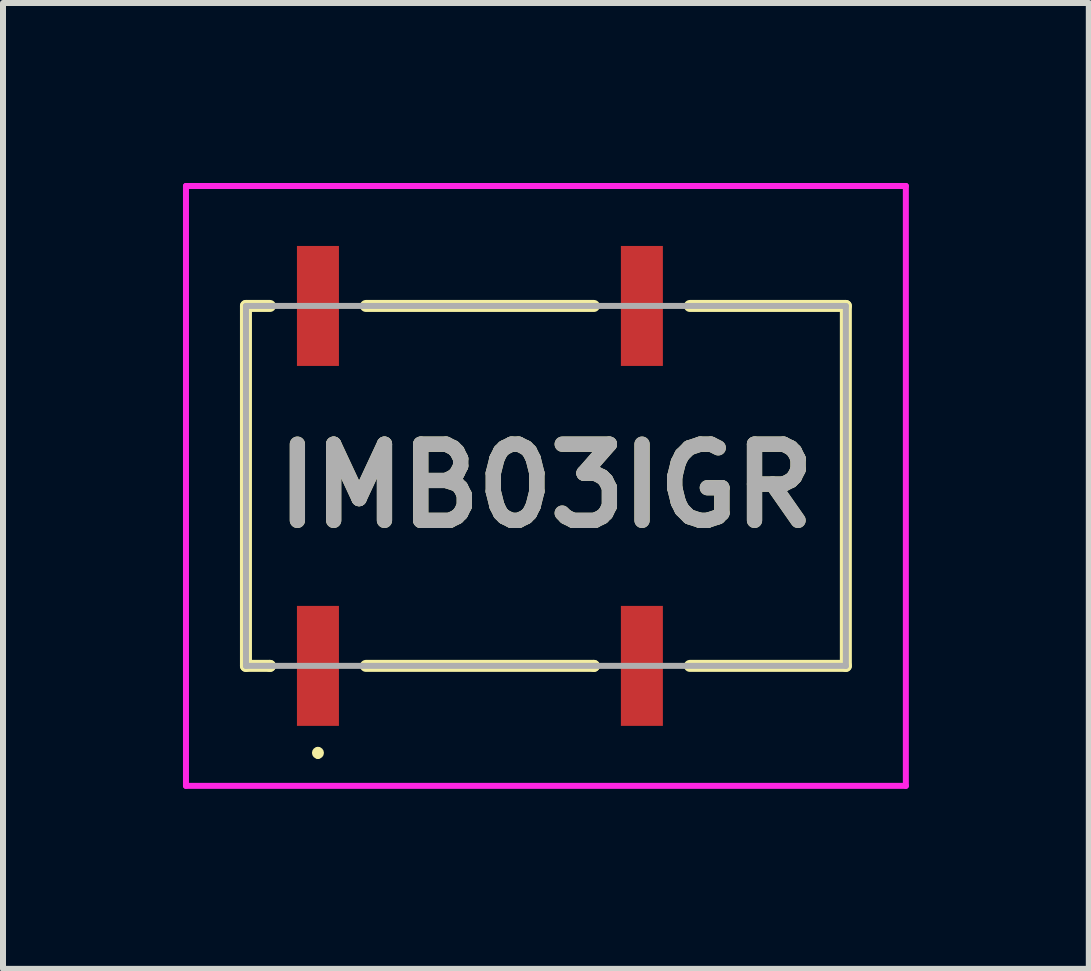
<source format=kicad_pcb>
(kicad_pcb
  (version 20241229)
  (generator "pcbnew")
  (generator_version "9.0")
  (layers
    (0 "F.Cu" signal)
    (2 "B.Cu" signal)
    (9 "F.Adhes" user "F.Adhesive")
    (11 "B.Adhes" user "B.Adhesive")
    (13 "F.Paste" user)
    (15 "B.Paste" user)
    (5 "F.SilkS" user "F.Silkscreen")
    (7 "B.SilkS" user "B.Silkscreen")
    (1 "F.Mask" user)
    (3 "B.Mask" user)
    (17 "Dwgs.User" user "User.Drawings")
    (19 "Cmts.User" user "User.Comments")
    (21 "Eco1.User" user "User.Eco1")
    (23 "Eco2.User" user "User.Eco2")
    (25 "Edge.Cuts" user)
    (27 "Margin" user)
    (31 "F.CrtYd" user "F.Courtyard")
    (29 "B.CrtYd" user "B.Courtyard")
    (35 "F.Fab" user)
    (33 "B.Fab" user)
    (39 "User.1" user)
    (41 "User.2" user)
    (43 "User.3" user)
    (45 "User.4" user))
  (footprint "IMB03IGR"
    (layer "F.Cu")
    (at 6.05 5.05)
    (property "Reference" "IMB03IGR" (at 0 0 0) (layer "F.SilkS") (effects (font (size 1.27 1.27) (thickness 0.254))))
    (attr smd)
    (fp_line (start -5 -3) (end -5 3) (stroke (width 0.2) (type solid)) (layer "F.SilkS"))
    (fp_line (start -5 3) (end -4.6 3) (stroke (width 0.2) (type solid)) (layer "F.SilkS"))
    (fp_line (start -4.6 -3) (end -5 -3) (stroke (width 0.2) (type solid)) (layer "F.SilkS"))
    (fp_line (start -4.6 3) (end -4.6 3) (stroke (width 0.2) (type solid)) (layer "F.SilkS"))
    (fp_line (start -3.8 4.4) (end -3.8 4.4) (stroke (width 0.1) (type solid)) (layer "F.SilkS"))
    (fp_line (start -3.8 4.5) (end -3.8 4.5) (stroke (width 0.1) (type solid)) (layer "F.SilkS"))
    (fp_line (start -3 3) (end 0.8 3) (stroke (width 0.2) (type solid)) (layer "F.SilkS"))
    (fp_line (start 0.8 -3) (end -3 -3) (stroke (width 0.2) (type solid)) (layer "F.SilkS"))
    (fp_line (start 0.8 3) (end 0.8 3) (stroke (width 0.2) (type solid)) (layer "F.SilkS"))
    (fp_line (start 2.4 -3) (end 5 -3) (stroke (width 0.2) (type solid)) (layer "F.SilkS"))
    (fp_line (start 5 -3) (end 5 3) (stroke (width 0.2) (type solid)) (layer "F.SilkS"))
    (fp_line (start 5 3) (end 2.4 3) (stroke (width 0.2) (type solid)) (layer "F.SilkS"))
    (fp_arc (start -3.8 4.4) (mid -3.75 4.45) (end -3.8 4.5) (stroke (width 0.1) (type solid)) (layer "F.SilkS"))
    (fp_arc (start -3.8 4.5) (mid -3.85 4.45) (end -3.8 4.4) (stroke (width 0.1) (type solid)) (layer "F.SilkS"))
    (fp_line (start -6 -5) (end 6 -5) (stroke (width 0.1) (type solid)) (layer "F.CrtYd"))
    (fp_line (start -6 5) (end -6 -5) (stroke (width 0.1) (type solid)) (layer "F.CrtYd"))
    (fp_line (start 6 -5) (end 6 5) (stroke (width 0.1) (type solid)) (layer "F.CrtYd"))
    (fp_line (start 6 5) (end -6 5) (stroke (width 0.1) (type solid)) (layer "F.CrtYd"))
    (fp_line (start -5 -3) (end 5 -3) (stroke (width 0.1) (type solid)) (layer "F.Fab"))
    (fp_line (start -5 3) (end -5 -3) (stroke (width 0.1) (type solid)) (layer "F.Fab"))
    (fp_line (start 5 -3) (end 5 3) (stroke (width 0.1) (type solid)) (layer "F.Fab"))
    (fp_line (start 5 3) (end -5 3) (stroke (width 0.1) (type solid)) (layer "F.Fab"))
    (fp_text user "${REFERENCE}" (at 0 0 0) (layer "F.Fab") (effects (font (size 1.27 1.27) (thickness 0.254))))
    (pad "1" smd rect (at -3.8 3) (size 0.7 2) (layers "F.Cu" "F.Mask" "F.Paste"))
    (pad "3" smd rect (at 1.6 3) (size 0.7 2) (layers "F.Cu" "F.Mask" "F.Paste"))
    (pad "6" smd rect (at 1.6 -3) (size 0.7 2) (layers "F.Cu" "F.Mask" "F.Paste"))
    (pad "8" smd rect (at -3.8 -3) (size 0.7 2) (layers "F.Cu" "F.Mask" "F.Paste")))
  (gr_rect
    (start -3 -3)
    (end 15.1 13.1)
    (stroke (width 0.1) (type default))
    (fill no)
    (layer "Edge.Cuts")))
</source>
